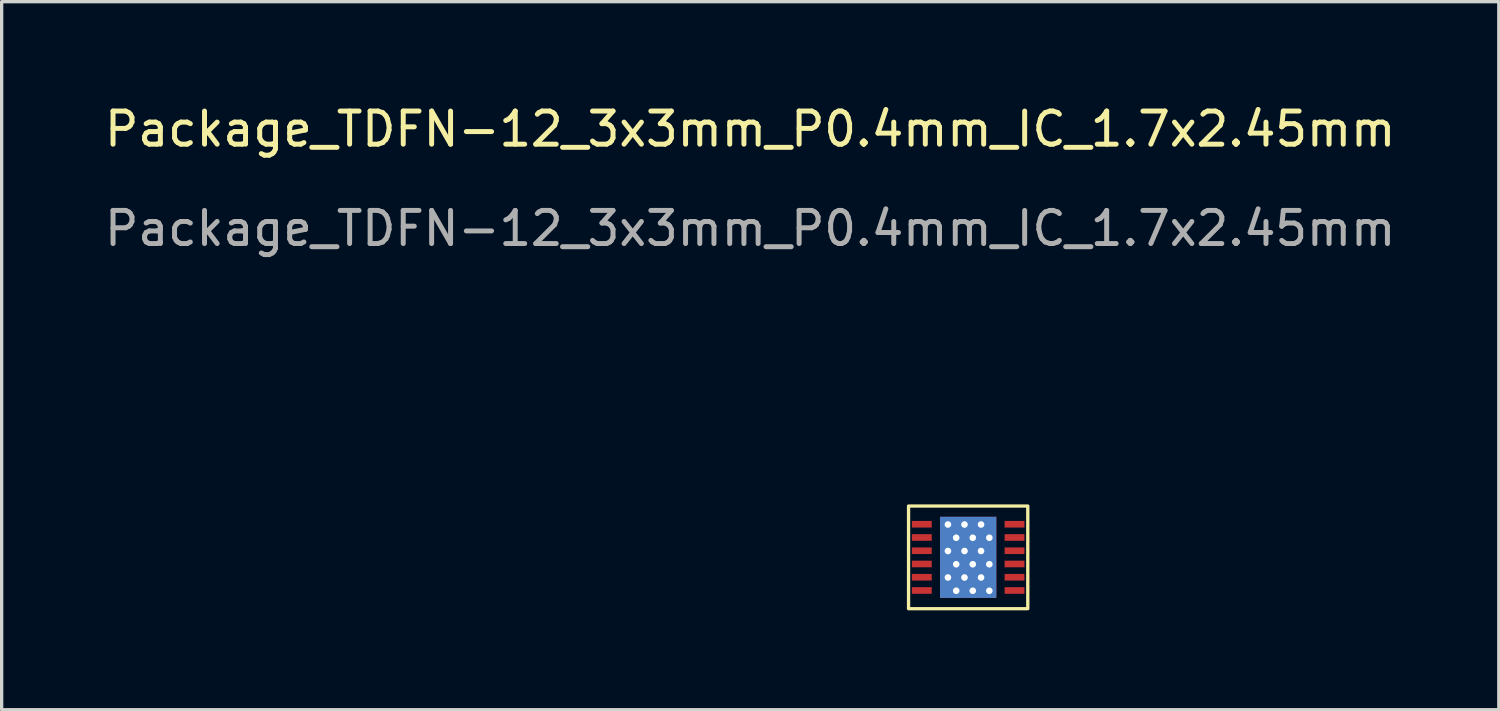
<source format=kicad_pcb>
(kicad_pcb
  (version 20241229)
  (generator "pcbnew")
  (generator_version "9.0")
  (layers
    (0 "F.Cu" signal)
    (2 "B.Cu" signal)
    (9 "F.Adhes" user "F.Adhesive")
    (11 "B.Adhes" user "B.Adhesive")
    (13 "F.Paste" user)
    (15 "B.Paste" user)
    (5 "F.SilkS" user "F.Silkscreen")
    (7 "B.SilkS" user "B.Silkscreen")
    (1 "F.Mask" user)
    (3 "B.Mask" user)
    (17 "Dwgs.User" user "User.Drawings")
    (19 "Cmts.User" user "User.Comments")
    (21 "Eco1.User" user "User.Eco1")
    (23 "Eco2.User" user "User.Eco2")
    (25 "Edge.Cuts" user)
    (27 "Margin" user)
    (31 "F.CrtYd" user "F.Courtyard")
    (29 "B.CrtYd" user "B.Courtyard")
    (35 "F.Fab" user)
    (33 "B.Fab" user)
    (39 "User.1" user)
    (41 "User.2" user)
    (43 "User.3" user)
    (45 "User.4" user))
  (footprint "Package_TDFN-12_3x3mm_P0.4mm_IC_1.7x2.45mm"
    (layer "F.Cu")
    (at 24.681 12.278)
    (property "Reference" "Package_TDFN-12_3x3mm_P0.4mm_IC_1.7x2.45mm" (at -5.08 -11.43 0) (unlocked yes) (layer "F.SilkS") (effects (font (size 1 1) (thickness 0.15))))
    (attr smd)
    (fp_rect (start -0.3 -0.05) (end 3.3 3.05) (stroke (width 0.1) (type solid)) (fill no) (layer "F.SilkS"))
    (fp_text user "${REFERENCE}" (at -5.08 -8.43 0) (unlocked yes) (layer "F.Fab") (effects (font (size 1 1) (thickness 0.15))))
    (pad "1" smd rect (at 0 0) (size 0.6 0.2) (drill (offset 0.1 0.5)) (layers "F.Cu" "F.Mask" "F.Paste"))
    (pad "1" thru_hole circle (at 0.889 0.508) (size 0.3 0.3) (drill 0.2) (layers "*.Cu" "*.Mask"))
    (pad "2" smd rect (at 0 0.4) (size 0.6 0.2) (drill (offset 0.1 0.5)) (layers "F.Cu" "F.Mask" "F.Paste"))
    (pad "2" thru_hole circle (at 1.389 0.508) (size 0.3 0.3) (drill 0.2) (layers "*.Cu" "*.Mask"))
    (pad "3" smd rect (at 0 0.8) (size 0.6 0.2) (drill (offset 0.1 0.5)) (layers "F.Cu" "F.Mask" "F.Paste"))
    (pad "3" thru_hole circle (at 1.889 0.508) (size 0.3 0.3) (drill 0.2) (layers "*.Cu" "*.Mask"))
    (pad "4" smd rect (at 0 1.2) (size 0.6 0.2) (drill (offset 0.1 0.5)) (layers "F.Cu" "F.Mask" "F.Paste"))
    (pad "4" thru_hole circle (at 1.139 0.908) (size 0.3 0.3) (drill 0.2) (layers "*.Cu" "*.Mask"))
    (pad "5" smd rect (at 0 1.6) (size 0.6 0.2) (drill (offset 0.1 0.5)) (layers "F.Cu" "F.Mask" "F.Paste"))
    (pad "5" thru_hole circle (at 1.639 0.908) (size 0.3 0.3) (drill 0.2) (layers "*.Cu" "*.Mask"))
    (pad "6" smd rect (at 0 2) (size 0.6 0.2) (drill (offset 0.1 0.5)) (layers "F.Cu" "F.Mask" "F.Paste"))
    (pad "6" thru_hole circle (at 2.139 0.908) (size 0.3 0.3) (drill 0.2) (layers "*.Cu" "*.Mask"))
    (pad "7" thru_hole circle (at 0.889 1.308) (size 0.3 0.3) (drill 0.2) (layers "*.Cu" "*.Mask"))
    (pad "7" smd rect (at 2.8 2) (size 0.6 0.2) (drill (offset 0.1 0.5)) (layers "F.Cu" "F.Mask" "F.Paste"))
    (pad "8" thru_hole circle (at 1.389 1.308) (size 0.3 0.3) (drill 0.2) (layers "*.Cu" "*.Mask"))
    (pad "8" smd rect (at 2.8 1.6) (size 0.6 0.2) (drill (offset 0.1 0.5)) (layers "F.Cu" "F.Mask" "F.Paste"))
    (pad "9" thru_hole circle (at 1.889 1.308) (size 0.3 0.3) (drill 0.2) (layers "*.Cu" "*.Mask"))
    (pad "9" smd rect (at 2.8 1.2) (size 0.6 0.2) (drill (offset 0.1 0.5)) (layers "F.Cu" "F.Mask" "F.Paste"))
    (pad "10" thru_hole circle (at 1.139 1.708) (size 0.3 0.3) (drill 0.2) (layers "*.Cu" "*.Mask"))
    (pad "10" smd rect (at 2.8 0.8) (size 0.6 0.2) (drill (offset 0.1 0.5)) (layers "F.Cu" "F.Mask" "F.Paste"))
    (pad "11" thru_hole circle (at 1.639 1.708) (size 0.3 0.3) (drill 0.2) (layers "*.Cu" "*.Mask"))
    (pad "11" smd rect (at 2.8 0.4) (size 0.6 0.2) (drill (offset 0.1 0.5)) (layers "F.Cu" "F.Mask" "F.Paste"))
    (pad "12" thru_hole circle (at 2.139 1.708) (size 0.3 0.3) (drill 0.2) (layers "*.Cu" "*.Mask"))
    (pad "12" smd rect (at 2.8 0) (size 0.6 0.2) (drill (offset 0.1 0.5)) (layers "F.Cu" "F.Mask" "F.Paste"))
    (pad "13" thru_hole circle (at 0.889 2.108) (size 0.3 0.3) (drill 0.2) (layers "*.Cu" "*.Mask"))
    (pad "14" thru_hole circle (at 1.389 2.108) (size 0.3 0.3) (drill 0.2) (layers "*.Cu" "*.Mask"))
    (pad "15" thru_hole circle (at 1.889 2.108) (size 0.3 0.3) (drill 0.2) (layers "*.Cu" "*.Mask"))
    (pad "16" thru_hole circle (at 1.139 2.508) (size 0.3 0.3) (drill 0.2) (layers "*.Cu" "*.Mask"))
    (pad "17" thru_hole circle (at 1.639 2.508) (size 0.3 0.3) (drill 0.2) (layers "*.Cu" "*.Mask"))
    (pad "18" thru_hole circle (at 2.139 2.508) (size 0.3 0.3) (drill 0.2) (layers "*.Cu" "*.Mask"))
    (pad "PAD" smd rect (at 1.5 1.5) (size 1.7 2.45) (layers "F.Cu" "F.Mask" "F.Paste"))
    (pad "PAD" smd rect (at 1.5 1.5) (size 1.7 2.45) (layers "F.Mask" "B.Cu" "F.Paste")))
  (gr_rect
    (start -3 -3)
    (end 42.202 18.378)
    (stroke (width 0.1) (type default))
    (fill no)
    (layer "Edge.Cuts")))
</source>
